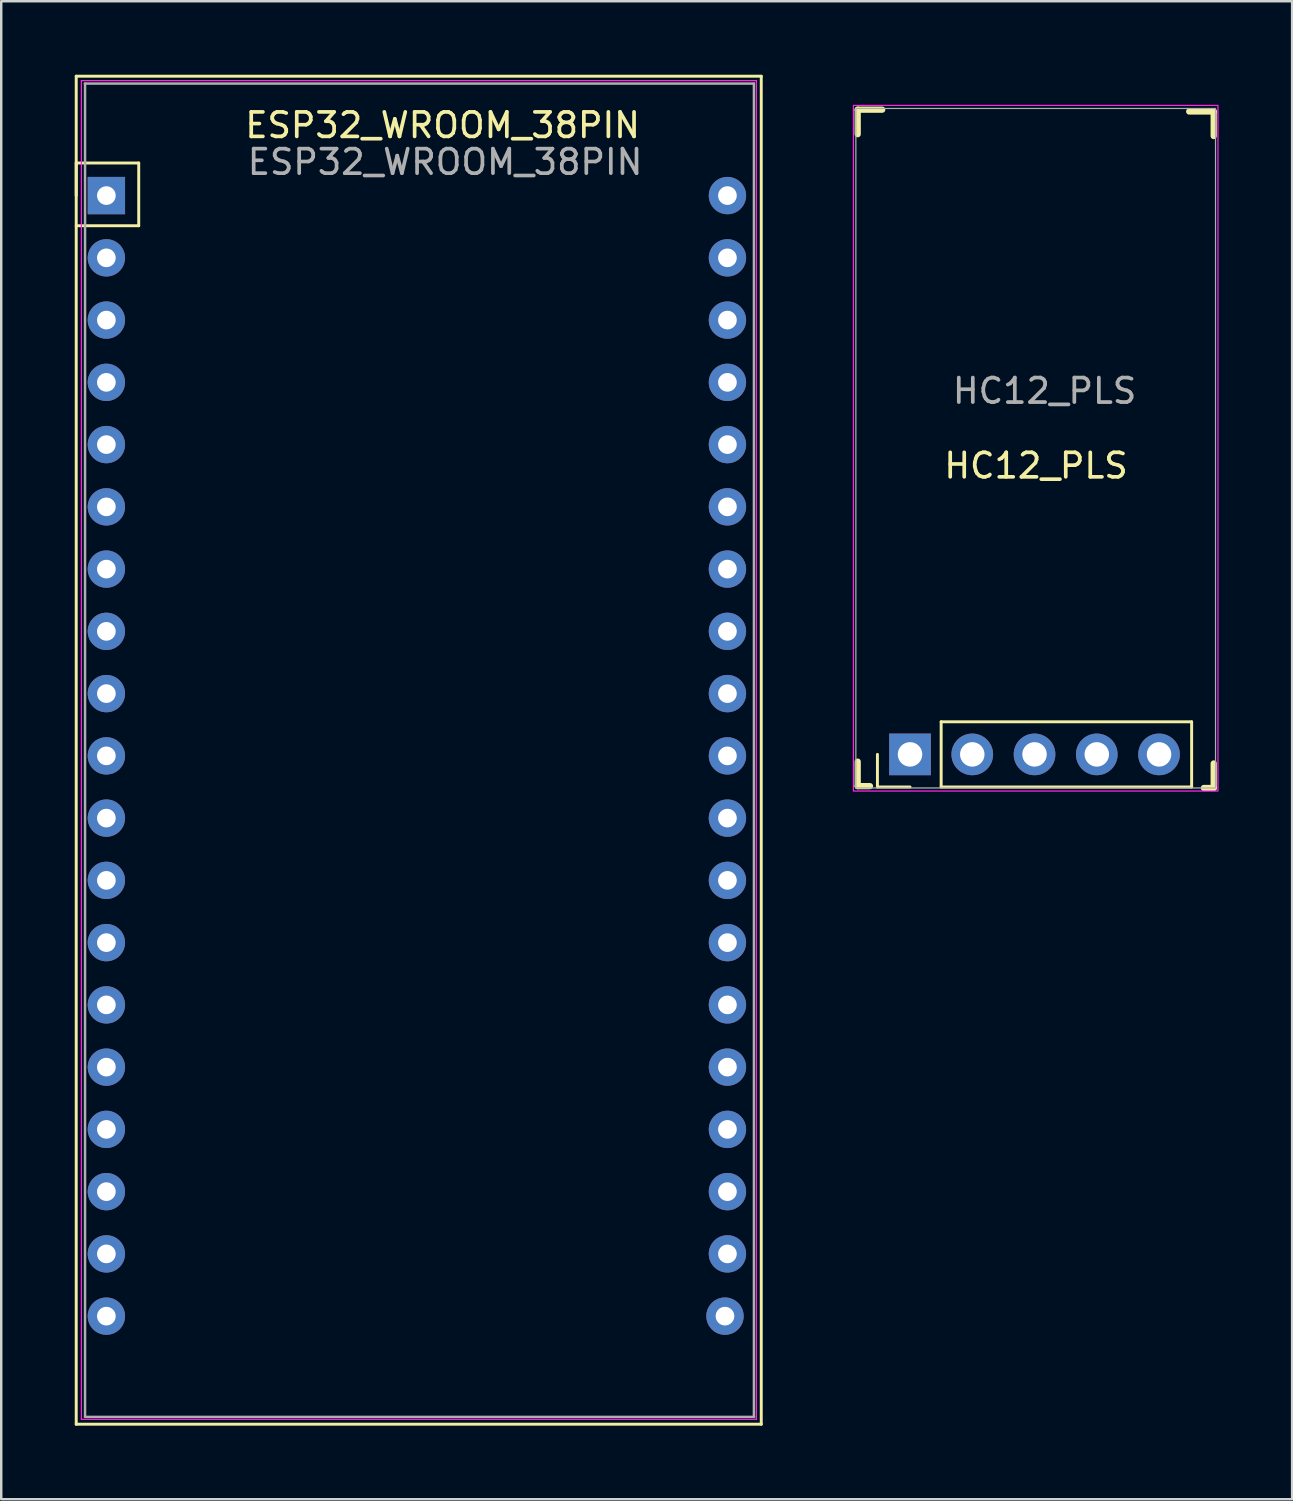
<source format=kicad_pcb>
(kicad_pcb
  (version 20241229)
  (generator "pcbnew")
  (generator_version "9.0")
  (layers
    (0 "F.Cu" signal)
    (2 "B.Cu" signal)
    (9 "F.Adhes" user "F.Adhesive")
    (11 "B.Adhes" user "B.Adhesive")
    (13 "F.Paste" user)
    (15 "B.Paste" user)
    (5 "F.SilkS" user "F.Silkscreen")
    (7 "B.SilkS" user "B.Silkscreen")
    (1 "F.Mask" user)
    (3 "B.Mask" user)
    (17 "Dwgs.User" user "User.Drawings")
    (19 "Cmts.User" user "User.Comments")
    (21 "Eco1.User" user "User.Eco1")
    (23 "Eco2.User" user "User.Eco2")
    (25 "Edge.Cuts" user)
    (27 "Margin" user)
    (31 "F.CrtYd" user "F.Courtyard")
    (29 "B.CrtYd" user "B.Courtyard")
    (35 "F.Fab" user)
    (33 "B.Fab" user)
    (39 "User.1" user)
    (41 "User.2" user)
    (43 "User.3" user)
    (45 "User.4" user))
  (footprint "ESP32_WROOM_38PIN"
    (layer "F.Cu")
    (at 11.01 29.06)
    (property "Reference" "ESP32_WROOM_38PIN" (at 4 -27 0) (layer "F.SilkS") (effects (font (size 1 1) (thickness 0.15))))
    (attr through_hole)
    (fp_line (start -10.95 -29) (end 17 -29) (stroke (width 0.12) (type solid)) (layer "F.SilkS"))
    (fp_line (start -10.95 -25.46) (end -10.95 -24.13) (stroke (width 0.12) (type solid)) (layer "F.SilkS"))
    (fp_line (start -10.95 -22.9) (end -8.4 -22.9) (stroke (width 0.12) (type solid)) (layer "F.SilkS"))
    (fp_line (start -10.95 26) (end -10.95 -29) (stroke (width 0.12) (type solid)) (layer "F.SilkS"))
    (fp_line (start -8.4 -25.46) (end -10.95 -25.46) (stroke (width 0.12) (type solid)) (layer "F.SilkS"))
    (fp_line (start -8.4 -25.46) (end -8.4 -22.9) (stroke (width 0.12) (type solid)) (layer "F.SilkS"))
    (fp_line (start 17 -29) (end 17 26) (stroke (width 0.12) (type solid)) (layer "F.SilkS"))
    (fp_line (start 17 26) (end -10.95 26) (stroke (width 0.12) (type solid)) (layer "F.SilkS"))
    (fp_line (start -10.74 -28.82) (end 16.8 -28.82) (stroke (width 0.05) (type solid)) (layer "F.CrtYd"))
    (fp_line (start -10.74 25.8) (end -10.74 -28.82) (stroke (width 0.05) (type solid)) (layer "F.CrtYd"))
    (fp_line (start 16.8 -28.82) (end 16.8 25.8) (stroke (width 0.05) (type solid)) (layer "F.CrtYd"))
    (fp_line (start 16.8 25.8) (end -10.74 25.8) (stroke (width 0.05) (type solid)) (layer "F.CrtYd"))
    (fp_line (start -10.6 -28.7) (end 16.7 -28.7) (stroke (width 0.1) (type solid)) (layer "F.Fab"))
    (fp_line (start -10.59 25.7) (end -10.59 -28.7) (stroke (width 0.1) (type solid)) (layer "F.Fab"))
    (fp_line (start 16.7 -28.7) (end 16.7 25.7) (stroke (width 0.1) (type solid)) (layer "F.Fab"))
    (fp_line (start 16.71 25.7) (end -10.59 25.7) (stroke (width 0.1) (type solid)) (layer "F.Fab"))
    (fp_text user "${REFERENCE}" (at 4.1 -25.5 0) (layer "F.Fab") (effects (font (size 1 1) (thickness 0.15))))
    (pad "1" thru_hole rect (at -9.72 -24.13) (size 1.524 1.524) (drill 0.762) (layers "*.Cu" "*.Mask"))
    (pad "2" thru_hole circle (at -9.72 -21.59) (size 1.524 1.524) (drill 0.762) (layers "*.Cu" "*.Mask"))
    (pad "3" thru_hole circle (at -9.72 -19.05) (size 1.524 1.524) (drill 0.762) (layers "*.Cu" "*.Mask"))
    (pad "4" thru_hole circle (at -9.72 -16.51) (size 1.524 1.524) (drill 0.762) (layers "*.Cu" "*.Mask"))
    (pad "5" thru_hole circle (at -9.72 -13.97) (size 1.524 1.524) (drill 0.762) (layers "*.Cu" "*.Mask"))
    (pad "6" thru_hole circle (at -9.72 -11.43) (size 1.524 1.524) (drill 0.762) (layers "*.Cu" "*.Mask"))
    (pad "7" thru_hole circle (at -9.72 -8.89) (size 1.524 1.524) (drill 0.762) (layers "*.Cu" "*.Mask"))
    (pad "8" thru_hole circle (at -9.72 -6.35) (size 1.524 1.524) (drill 0.762) (layers "*.Cu" "*.Mask"))
    (pad "9" thru_hole circle (at -9.72 -3.81) (size 1.524 1.524) (drill 0.762) (layers "*.Cu" "*.Mask"))
    (pad "10" thru_hole circle (at -9.72 -1.27) (size 1.524 1.524) (drill 0.762) (layers "*.Cu" "*.Mask"))
    (pad "11" thru_hole circle (at -9.72 1.27) (size 1.524 1.524) (drill 0.762) (layers "*.Cu" "*.Mask"))
    (pad "12" thru_hole circle (at -9.72 3.81) (size 1.524 1.524) (drill 0.762) (layers "*.Cu" "*.Mask"))
    (pad "13" thru_hole circle (at -9.72 6.35) (size 1.524 1.524) (drill 0.762) (layers "*.Cu" "*.Mask"))
    (pad "14" thru_hole circle (at -9.72 8.89) (size 1.524 1.524) (drill 0.762) (layers "*.Cu" "*.Mask"))
    (pad "15" thru_hole circle (at -9.72 11.43) (size 1.524 1.524) (drill 0.762) (layers "*.Cu" "*.Mask"))
    (pad "16" thru_hole circle (at -9.72 13.97) (size 1.524 1.524) (drill 0.762) (layers "*.Cu" "*.Mask"))
    (pad "17" thru_hole circle (at -9.72 16.51) (size 1.524 1.524) (drill 0.762) (layers "*.Cu" "*.Mask"))
    (pad "18" thru_hole circle (at -9.72 19.05) (size 1.524 1.524) (drill 0.762) (layers "*.Cu" "*.Mask"))
    (pad "19" thru_hole circle (at -9.72 21.59) (size 1.524 1.524) (drill 0.762) (layers "*.Cu" "*.Mask"))
    (pad "20" thru_hole circle (at 15.52 21.59) (size 1.524 1.524) (drill 0.762) (layers "*.Cu" "*.Mask"))
    (pad "21" thru_hole circle (at 15.62 19.05) (size 1.524 1.524) (drill 0.762) (layers "*.Cu" "*.Mask"))
    (pad "22" thru_hole circle (at 15.62 16.51) (size 1.524 1.524) (drill 0.762) (layers "*.Cu" "*.Mask"))
    (pad "23" thru_hole circle (at 15.62 13.97) (size 1.524 1.524) (drill 0.762) (layers "*.Cu" "*.Mask"))
    (pad "24" thru_hole circle (at 15.62 11.43) (size 1.524 1.524) (drill 0.762) (layers "*.Cu" "*.Mask"))
    (pad "25" thru_hole circle (at 15.62 8.89) (size 1.524 1.524) (drill 0.762) (layers "*.Cu" "*.Mask"))
    (pad "26" thru_hole circle (at 15.62 6.35) (size 1.524 1.524) (drill 0.762) (layers "*.Cu" "*.Mask"))
    (pad "27" thru_hole circle (at 15.62 3.81) (size 1.524 1.524) (drill 0.762) (layers "*.Cu" "*.Mask"))
    (pad "28" thru_hole circle (at 15.62 1.27) (size 1.524 1.524) (drill 0.762) (layers "*.Cu" "*.Mask"))
    (pad "29" thru_hole circle (at 15.62 -1.27) (size 1.524 1.524) (drill 0.762) (layers "*.Cu" "*.Mask"))
    (pad "30" thru_hole circle (at 15.62 -3.81) (size 1.524 1.524) (drill 0.762) (layers "*.Cu" "*.Mask"))
    (pad "31" thru_hole circle (at 15.62 -6.35) (size 1.524 1.524) (drill 0.762) (layers "*.Cu" "*.Mask"))
    (pad "32" thru_hole circle (at 15.62 -8.89) (size 1.524 1.524) (drill 0.762) (layers "*.Cu" "*.Mask"))
    (pad "33" thru_hole circle (at 15.62 -11.43) (size 1.524 1.524) (drill 0.762) (layers "*.Cu" "*.Mask"))
    (pad "34" thru_hole circle (at 15.62 -13.97) (size 1.524 1.524) (drill 0.762) (layers "*.Cu" "*.Mask"))
    (pad "35" thru_hole circle (at 15.62 -16.51) (size 1.524 1.524) (drill 0.762) (layers "*.Cu" "*.Mask"))
    (pad "36" thru_hole circle (at 15.62 -19.05) (size 1.524 1.524) (drill 0.762) (layers "*.Cu" "*.Mask"))
    (pad "37" thru_hole circle (at 15.62 -21.59) (size 1.524 1.524) (drill 0.762) (layers "*.Cu" "*.Mask"))
    (pad "38" thru_hole circle (at 15.62 -24.13) (size 1.524 1.524) (drill 0.762) (layers "*.Cu" "*.Mask")))
  (footprint "HC12_PLS"
    (layer "F.Cu")
    (at 39.17 15.3)
    (property "Reference" "HC12_PLS" (at 0.05 0.65 0) (layer "F.SilkS") (effects (font (size 1 1) (thickness 0.15))))
    (attr through_hole)
    (fp_line (start -7.225 -12.875) (end -7.225 -13.875) (stroke (width 0.254) (type solid)) (layer "F.SilkS"))
    (fp_line (start -7.225 12.725) (end -7.225 13.725) (stroke (width 0.254) (type solid)) (layer "F.SilkS"))
    (fp_line (start -6.725 13.725) (end -7.225 13.725) (stroke (width 0.254) (type solid)) (layer "F.SilkS"))
    (fp_line (start -6.42 13.76) (end -6.42 12.43) (stroke (width 0.12) (type solid)) (layer "F.SilkS"))
    (fp_line (start -6.225 -13.875) (end -7.225 -13.875) (stroke (width 0.254) (type solid)) (layer "F.SilkS"))
    (fp_line (start -5.09 13.76) (end -6.42 13.76) (stroke (width 0.12) (type solid)) (layer "F.SilkS"))
    (fp_line (start -3.82 11.1) (end 6.4 11.1) (stroke (width 0.12) (type solid)) (layer "F.SilkS"))
    (fp_line (start -3.82 13.76) (end -3.82 11.1) (stroke (width 0.12) (type solid)) (layer "F.SilkS"))
    (fp_line (start -3.82 13.76) (end 6.4 13.76) (stroke (width 0.12) (type solid)) (layer "F.SilkS"))
    (fp_line (start 6.3 -13.8) (end 7.3 -13.8) (stroke (width 0.254) (type solid)) (layer "F.SilkS"))
    (fp_line (start 6.4 13.76) (end 6.4 11.1) (stroke (width 0.12) (type solid)) (layer "F.SilkS"))
    (fp_line (start 6.9 13.8) (end 7.3 13.8) (stroke (width 0.254) (type solid)) (layer "F.SilkS"))
    (fp_line (start 7.3 -12.8) (end 7.3 -13.8) (stroke (width 0.254) (type solid)) (layer "F.SilkS"))
    (fp_line (start 7.3 12.8) (end 7.3 13.8) (stroke (width 0.254) (type solid)) (layer "F.SilkS"))
    (fp_rect (start -7.4 -14.05) (end 7.475 13.925) (stroke (width 0.05) (type solid)) (fill no) (layer "F.CrtYd"))
    (fp_rect (start -7.3 -13.925) (end 7.375 13.8) (stroke (width 0.05) (type solid)) (fill no) (layer "F.Fab"))
    (fp_text user "${REFERENCE}" (at 0.4 -2.4 0) (layer "F.Fab") (effects (font (size 1 1) (thickness 0.15))))
    (pad "1" thru_hole rect (at -5.09 12.43 90) (size 1.7 1.7) (drill 1) (layers "*.Cu" "*.Mask"))
    (pad "2" thru_hole oval (at -2.55 12.43 90) (size 1.7 1.7) (drill 1) (layers "*.Cu" "*.Mask"))
    (pad "3" thru_hole oval (at -0.01 12.43 90) (size 1.7 1.7) (drill 1) (layers "*.Cu" "*.Mask"))
    (pad "4" thru_hole oval (at 2.53 12.43 90) (size 1.7 1.7) (drill 1) (layers "*.Cu" "*.Mask"))
    (pad "5" thru_hole oval (at 5.07 12.43 90) (size 1.7 1.7) (drill 1) (layers "*.Cu" "*.Mask"))
    (zone (net_name "") (layers "F.Cu" "B.Cu" "F.CrtYd") (hatch edge 0.508) (connect_pads) (min_thickness 0.254) (filled_areas_thickness no) (keepout (tracks allowed) (vias allowed) (pads allowed) (copperpour not_allowed) (footprints allowed)) (placement (enabled no)) (fill) (polygon (pts (xy 34.27 3.3) (xy 39.47 3.3) (xy 39.47 7.1) (xy 31.07 7.1) (xy 31.07 0) (xy 34.27 0)))))
  (gr_rect
    (start -3 -3)
    (end 49.67 58.12)
    (stroke (width 0.1) (type default))
    (fill no)
    (layer "Edge.Cuts")))
</source>
